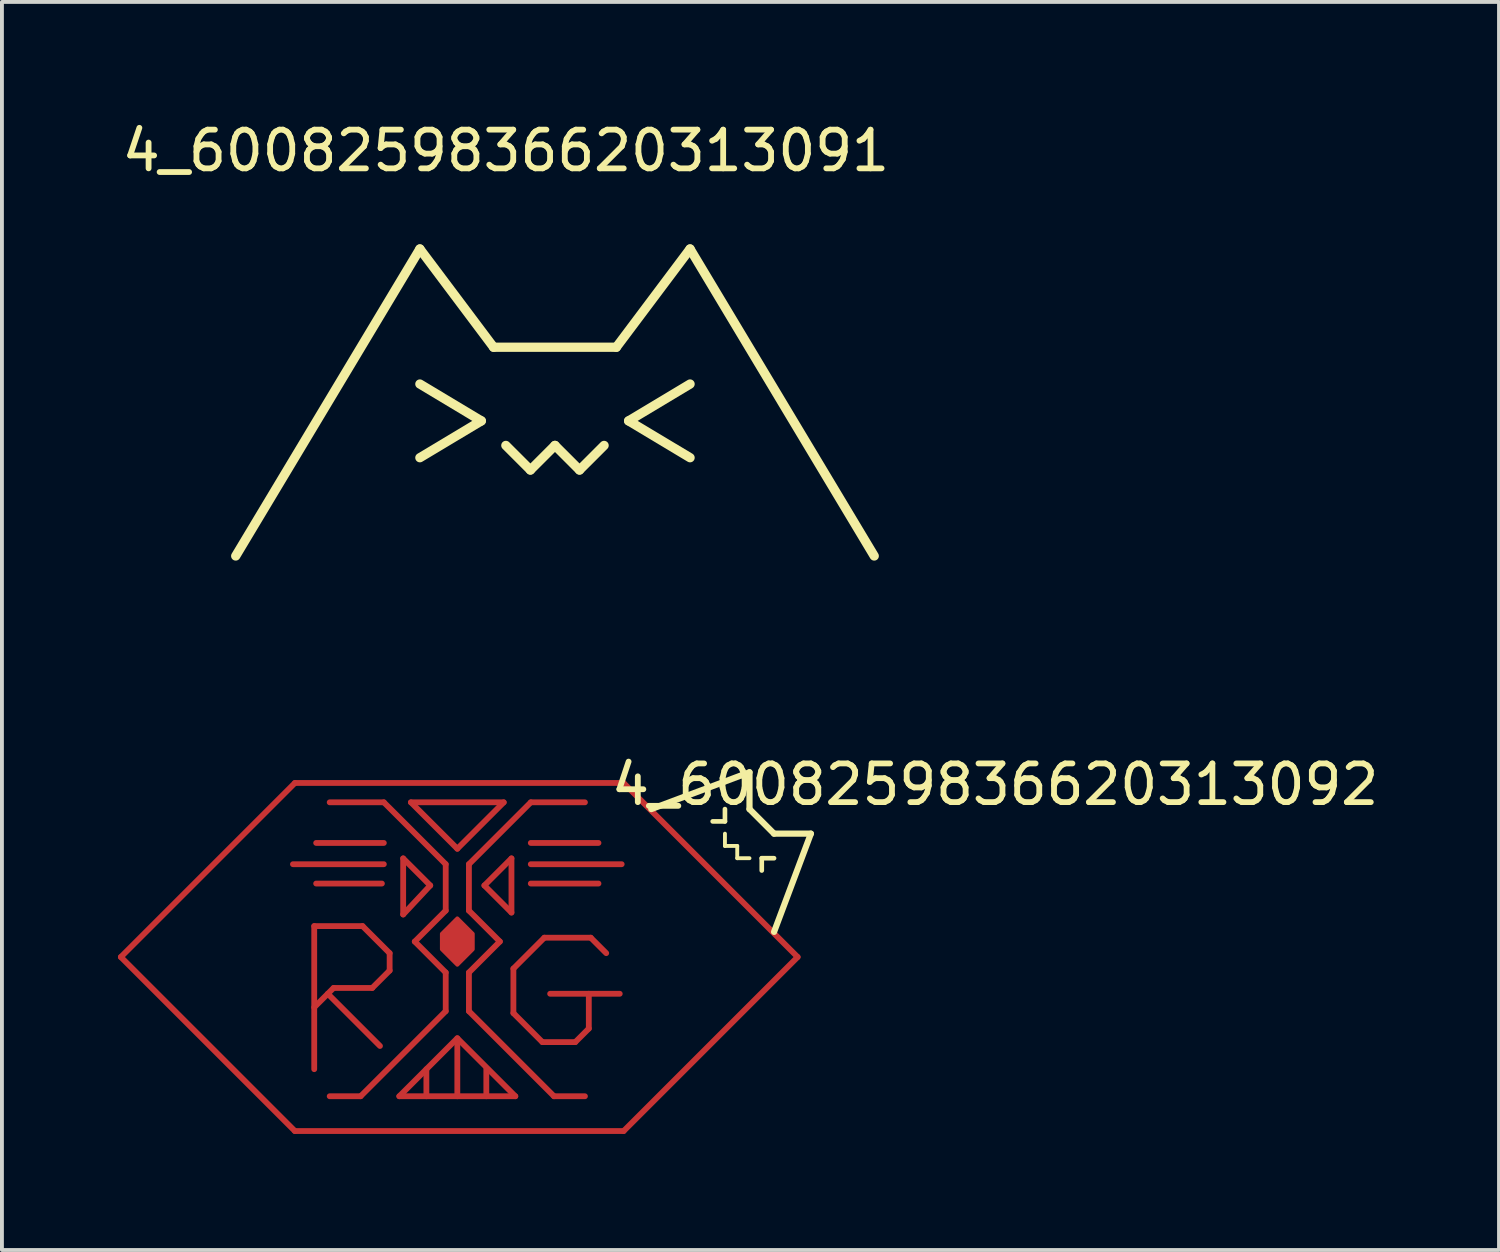
<source format=kicad_pcb>
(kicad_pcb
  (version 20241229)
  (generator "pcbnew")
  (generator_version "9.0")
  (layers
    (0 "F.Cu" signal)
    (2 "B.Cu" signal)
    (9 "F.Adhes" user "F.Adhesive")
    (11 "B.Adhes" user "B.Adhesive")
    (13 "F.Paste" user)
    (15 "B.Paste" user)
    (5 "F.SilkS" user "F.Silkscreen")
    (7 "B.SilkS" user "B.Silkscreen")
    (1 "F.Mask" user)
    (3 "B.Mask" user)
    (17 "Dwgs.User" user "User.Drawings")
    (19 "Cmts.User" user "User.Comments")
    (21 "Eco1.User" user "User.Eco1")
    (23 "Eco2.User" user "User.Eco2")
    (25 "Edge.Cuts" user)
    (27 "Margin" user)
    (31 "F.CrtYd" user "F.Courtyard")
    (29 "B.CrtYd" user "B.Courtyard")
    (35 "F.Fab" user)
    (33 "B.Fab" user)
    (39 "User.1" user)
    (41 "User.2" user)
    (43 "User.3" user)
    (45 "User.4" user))
  (footprint "4_6008259836620313091"
    (layer "F.Cu")
    (at 11.3 9.103)
    (property "Reference" "4_6008259836620313091" (at -1.27 -8.255 0) (unlocked yes) (layer "F.SilkS") (effects (font (size 1 1) (thickness 0.15))))
    (fp_line (start -8.255 2.223) (end -3.493 -5.715) (stroke (width 0.24) (type default)) (layer "F.SilkS"))
    (fp_line (start -3.493 -5.715) (end -1.587 -3.175) (stroke (width 0.24) (type default)) (layer "F.SilkS"))
    (fp_line (start -3.493 -2.223) (end -1.905 -1.27) (stroke (width 0.24) (type default)) (layer "F.SilkS"))
    (fp_line (start -1.905 -1.27) (end -3.493 -0.318) (stroke (width 0.24) (type default)) (layer "F.SilkS"))
    (fp_line (start -1.587 -3.175) (end 1.587 -3.175) (stroke (width 0.24) (type default)) (layer "F.SilkS"))
    (fp_line (start -1.27 -0.635) (end -0.635 0) (stroke (width 0.24) (type default)) (layer "F.SilkS"))
    (fp_line (start -0.635 0) (end 0 -0.635) (stroke (width 0.24) (type default)) (layer "F.SilkS"))
    (fp_line (start 0 -0.635) (end 0.635 0) (stroke (width 0.24) (type default)) (layer "F.SilkS"))
    (fp_line (start 0.635 0) (end 1.27 -0.635) (stroke (width 0.24) (type default)) (layer "F.SilkS"))
    (fp_line (start 1.587 -3.175) (end 3.493 -5.715) (stroke (width 0.24) (type default)) (layer "F.SilkS"))
    (fp_line (start 1.905 -1.27) (end 3.493 -0.318) (stroke (width 0.24) (type default)) (layer "F.SilkS"))
    (fp_line (start 3.493 -5.715) (end 8.255 2.223) (stroke (width 0.24) (type default)) (layer "F.SilkS"))
    (fp_line (start 3.493 -2.223) (end 1.905 -1.27) (stroke (width 0.24) (type default)) (layer "F.SilkS")))
  (footprint "4_6008259836620313092"
    (layer "F.Cu")
    (at 8.075 14.696)
    (property "Reference" "4_6008259836620313092" (at 14.605 2.54 0) (layer "F.SilkS") (effects (font (size 1 1) (thickness 0.15))))
    (attr smd board_only exclude_from_bom)
    (fp_line (start -8 7) (end -3.5 2.5) (stroke (width 0.15) (type solid)) (layer "F.Cu"))
    (fp_line (start -3.5 2.5) (end 5 2.5) (stroke (width 0.15) (type solid)) (layer "F.Cu"))
    (fp_line (start -3.5 11.5) (end -8 7) (stroke (width 0.15) (type solid)) (layer "F.Cu"))
    (fp_line (start -3 6.2) (end -3 9.9) (stroke (width 0.15) (type solid)) (layer "F.Cu"))
    (fp_line (start -3 6.2) (end -1.75 6.2) (stroke (width 0.15) (type solid)) (layer "F.Cu"))
    (fp_line (start -2.65 7.95) (end -1.3 9.3) (stroke (width 0.15) (type solid)) (layer "F.Cu"))
    (fp_line (start -2.5 7.8) (end -3 8.3) (stroke (width 0.15) (type solid)) (layer "F.Cu"))
    (fp_line (start -1.8 10.6) (end -2.6 10.6) (stroke (width 0.15) (type solid)) (layer "F.Cu"))
    (fp_line (start -1.75 6.2) (end -1.05 6.9) (stroke (width 0.15) (type solid)) (layer "F.Cu"))
    (fp_line (start -1.5 7.8) (end -2.5 7.8) (stroke (width 0.15) (type solid)) (layer "F.Cu"))
    (fp_line (start -1.25 5.1) (end -2.95 5.1) (stroke (width 0.15) (type solid)) (layer "F.Cu"))
    (fp_line (start -1.2 3) (end -2.6 3) (stroke (width 0.15) (type solid)) (layer "F.Cu"))
    (fp_line (start -1.2 4.05) (end -2.95 4.05) (stroke (width 0.15) (type solid)) (layer "F.Cu"))
    (fp_line (start -1.2 4.6) (end -3.55 4.6) (stroke (width 0.15) (type solid)) (layer "F.Cu"))
    (fp_line (start -1.05 6.9) (end -1.05 7.35) (stroke (width 0.15) (type solid)) (layer "F.Cu"))
    (fp_line (start -1.05 7.35) (end -1.5 7.8) (stroke (width 0.15) (type solid)) (layer "F.Cu"))
    (fp_line (start -0.7 4.45) (end -0.7 5.9) (stroke (width 0.15) (type solid)) (layer "F.Cu"))
    (fp_line (start -0.7 5.9) (end 0 5.15) (stroke (width 0.15) (type solid)) (layer "F.Cu"))
    (fp_line (start -0.5 3) (end 1.9 3) (stroke (width 0.15) (type solid)) (layer "F.Cu"))
    (fp_line (start -0.4 6.6) (end 0.4 5.8) (stroke (width 0.15) (type solid)) (layer "F.Cu"))
    (fp_line (start -0.1 9.9) (end -0.1 10.6) (stroke (width 0.15) (type solid)) (layer "F.Cu"))
    (fp_line (start 0 5.15) (end -0.7 4.45) (stroke (width 0.15) (type solid)) (layer "F.Cu"))
    (fp_line (start 0.4 4.6) (end -1.2 3) (stroke (width 0.15) (type solid)) (layer "F.Cu"))
    (fp_line (start 0.4 5.8) (end 0.4 4.6) (stroke (width 0.15) (type solid)) (layer "F.Cu"))
    (fp_line (start 0.4 7.4) (end -0.4 6.6) (stroke (width 0.15) (type solid)) (layer "F.Cu"))
    (fp_line (start 0.4 8.4) (end -1.8 10.6) (stroke (width 0.15) (type solid)) (layer "F.Cu"))
    (fp_line (start 0.4 8.4) (end 0.4 7.4) (stroke (width 0.15) (type solid)) (layer "F.Cu"))
    (fp_line (start 0.7 4.2) (end -0.5 3) (stroke (width 0.15) (type solid)) (layer "F.Cu"))
    (fp_line (start 0.7 9.1) (end -0.8 10.6) (stroke (width 0.15) (type solid)) (layer "F.Cu"))
    (fp_line (start 0.7 9.15) (end 0.7 10.6) (stroke (width 0.15) (type solid)) (layer "F.Cu"))
    (fp_line (start 1 4.6) (end 2.6 3) (stroke (width 0.15) (type solid)) (layer "F.Cu"))
    (fp_line (start 1 5.8) (end 1 4.6) (stroke (width 0.15) (type solid)) (layer "F.Cu"))
    (fp_line (start 1 7.4) (end 1.8 6.6) (stroke (width 0.15) (type solid)) (layer "F.Cu"))
    (fp_line (start 1 8.4) (end 1 7.4) (stroke (width 0.15) (type solid)) (layer "F.Cu"))
    (fp_line (start 1 8.4) (end 3.2 10.6) (stroke (width 0.15) (type solid)) (layer "F.Cu"))
    (fp_line (start 1.4 5.15) (end 2.1 4.45) (stroke (width 0.15) (type solid)) (layer "F.Cu"))
    (fp_line (start 1.4 5.15) (end 2.1 5.85) (stroke (width 0.15) (type solid)) (layer "F.Cu"))
    (fp_line (start 1.45 10.6) (end 1.45 9.9) (stroke (width 0.15) (type solid)) (layer "F.Cu"))
    (fp_line (start 1.8 6.6) (end 1 5.8) (stroke (width 0.15) (type solid)) (layer "F.Cu"))
    (fp_line (start 1.9 3) (end 0.7 4.2) (stroke (width 0.15) (type solid)) (layer "F.Cu"))
    (fp_line (start 2.1 4.45) (end 2.1 5.85) (stroke (width 0.15) (type solid)) (layer "F.Cu"))
    (fp_line (start 2.15 7.3) (end 2.95 6.5) (stroke (width 0.15) (type solid)) (layer "F.Cu"))
    (fp_line (start 2.15 8.45) (end 2.15 7.3) (stroke (width 0.15) (type solid)) (layer "F.Cu"))
    (fp_line (start 2.2 10.6) (end -0.8 10.6) (stroke (width 0.15) (type solid)) (layer "F.Cu"))
    (fp_line (start 2.2 10.6) (end 0.7 9.1) (stroke (width 0.15) (type solid)) (layer "F.Cu"))
    (fp_line (start 2.6 3) (end 4 3) (stroke (width 0.15) (type solid)) (layer "F.Cu"))
    (fp_line (start 2.6 4.05) (end 4.35 4.05) (stroke (width 0.15) (type solid)) (layer "F.Cu"))
    (fp_line (start 2.6 4.6) (end 4.95 4.6) (stroke (width 0.15) (type solid)) (layer "F.Cu"))
    (fp_line (start 2.6 5.1) (end 4.35 5.1) (stroke (width 0.15) (type solid)) (layer "F.Cu"))
    (fp_line (start 2.9 9.2) (end 2.15 8.45) (stroke (width 0.15) (type solid)) (layer "F.Cu"))
    (fp_line (start 2.95 6.5) (end 4.15 6.5) (stroke (width 0.15) (type solid)) (layer "F.Cu"))
    (fp_line (start 3.2 10.6) (end 4 10.6) (stroke (width 0.15) (type solid)) (layer "F.Cu"))
    (fp_line (start 3.75 9.2) (end 2.9 9.2) (stroke (width 0.15) (type solid)) (layer "F.Cu"))
    (fp_line (start 4.1 7.95) (end 4.1 8.85) (stroke (width 0.15) (type solid)) (layer "F.Cu"))
    (fp_line (start 4.1 8.85) (end 3.75 9.2) (stroke (width 0.15) (type solid)) (layer "F.Cu"))
    (fp_line (start 4.15 6.5) (end 4.55 6.9) (stroke (width 0.15) (type solid)) (layer "F.Cu"))
    (fp_line (start 4.9 7.95) (end 3.1 7.95) (stroke (width 0.15) (type solid)) (layer "F.Cu"))
    (fp_line (start 5 2.5) (end 9.5 7) (stroke (width 0.15) (type solid)) (layer "F.Cu"))
    (fp_line (start 5 11.5) (end -3.5 11.5) (stroke (width 0.15) (type solid)) (layer "F.Cu"))
    (fp_line (start 9.5 7) (end 5 11.5) (stroke (width 0.15) (type solid)) (layer "F.Cu"))
    (fp_poly (pts (xy 1.1 6.4) (xy 1.1 6.8) (xy 0.7 7.2) (xy 0.3 6.8) (xy 0.3 6.4) (xy 0.7 6)) (stroke (width 0.1) (type solid)) (fill yes) (layer "F.Cu"))
    (fp_poly (pts (xy 9.5 7) (xy 5 11.5) (xy -3.5 11.5) (xy -8 7) (xy -3.5 2.5) (xy 5 2.5)) (stroke (width 0.1) (type solid)) (fill yes) (layer "F.Mask"))
    (fp_line (start 5.715 3.175) (end 8.255 2.223) (stroke (width 0.16) (type default)) (layer "F.SilkS"))
    (fp_line (start 7.62 3.175) (end 7.62 3.493) (stroke (width 0.12) (type default)) (layer "F.SilkS"))
    (fp_line (start 7.62 3.493) (end 7.303 3.493) (stroke (width 0.12) (type default)) (layer "F.SilkS"))
    (fp_line (start 7.62 3.81) (end 7.62 4.128) (stroke (width 0.1) (type default)) (layer "F.SilkS"))
    (fp_line (start 7.62 4.128) (end 7.938 4.128) (stroke (width 0.1) (type default)) (layer "F.SilkS"))
    (fp_line (start 7.938 4.128) (end 7.938 4.445) (stroke (width 0.1) (type default)) (layer "F.SilkS"))
    (fp_line (start 7.938 4.445) (end 8.255 4.445) (stroke (width 0.1) (type default)) (layer "F.SilkS"))
    (fp_line (start 8.255 2.223) (end 8.255 3.175) (stroke (width 0.16) (type default)) (layer "F.SilkS"))
    (fp_line (start 8.255 3.175) (end 8.89 3.81) (stroke (width 0.16) (type default)) (layer "F.SilkS"))
    (fp_line (start 8.572 4.445) (end 8.572 4.763) (stroke (width 0.12) (type default)) (layer "F.SilkS"))
    (fp_line (start 8.89 3.81) (end 9.842 3.81) (stroke (width 0.16) (type default)) (layer "F.SilkS"))
    (fp_line (start 8.89 4.445) (end 8.572 4.445) (stroke (width 0.12) (type default)) (layer "F.SilkS"))
    (fp_line (start 9.842 3.81) (end 8.89 6.35) (stroke (width 0.16) (type default)) (layer "F.SilkS"))
    (fp_line (start -2.96 6.2) (end -2.96 6.2) (stroke (width 0.00002) (type solid)) (layer "Dwgs.User"))
    (fp_line (start -2.96 6.2) (end -1.76 6.2) (stroke (width 0.00002) (type solid)) (layer "Dwgs.User"))
    (fp_line (start -2.96 8.28) (end -2.96 6.2) (stroke (width 0.00002) (type solid)) (layer "Dwgs.User"))
    (fp_line (start -2.96 8.28) (end -2.96 9.96) (stroke (width 0.00002) (type solid)) (layer "Dwgs.User"))
    (fp_line (start -2.64 7.96) (end -1.28 9.32) (stroke (width 0.00002) (type solid)) (layer "Dwgs.User"))
    (fp_line (start -2.6 3) (end -1.12 3) (stroke (width 0.00002) (type solid)) (layer "Dwgs.User"))
    (fp_line (start -2.48 7.8) (end -2.96 8.28) (stroke (width 0.00002) (type solid)) (layer "Dwgs.User"))
    (fp_line (start -1.76 6.2) (end -1.04 6.92) (stroke (width 0.00002) (type solid)) (layer "Dwgs.User"))
    (fp_line (start -1.76 10.6) (end -2.6 10.6) (stroke (width 0.00002) (type solid)) (layer "Dwgs.User"))
    (fp_line (start -1.52 7.8) (end -2.48 7.8) (stroke (width 0.00002) (type solid)) (layer "Dwgs.User"))
    (fp_line (start -1.2 4.08) (end -2.96 4.08) (stroke (width 0.00002) (type solid)) (layer "Dwgs.User"))
    (fp_line (start -1.2 4.6) (end -3.56 4.6) (stroke (width 0.00002) (type solid)) (layer "Dwgs.User"))
    (fp_line (start -1.2 5.12) (end -2.96 5.12) (stroke (width 0.00002) (type solid)) (layer "Dwgs.User"))
    (fp_line (start -1.12 3) (end 0.44 4.6) (stroke (width 0.00002) (type solid)) (layer "Dwgs.User"))
    (fp_line (start -1.04 6.92) (end -1.04 7.32) (stroke (width 0.00002) (type solid)) (layer "Dwgs.User"))
    (fp_line (start -1.04 7.32) (end -1.52 7.8) (stroke (width 0.00002) (type solid)) (layer "Dwgs.User"))
    (fp_line (start -0.76 10.6) (end -0.078 10.6) (stroke (width 0.00002) (type solid)) (layer "Dwgs.User"))
    (fp_line (start -0.68 4.56) (end -0.68 4.56) (stroke (width 0.00002) (type solid)) (layer "Dwgs.User"))
    (fp_line (start -0.68 4.56) (end -0.68 5.76) (stroke (width 0.00002) (type solid)) (layer "Dwgs.User"))
    (fp_line (start -0.68 5.76) (end 0 5.16) (stroke (width 0.00002) (type solid)) (layer "Dwgs.User"))
    (fp_line (start -0.32 6.52) (end 0.44 7.32) (stroke (width 0.00002) (type solid)) (layer "Dwgs.User"))
    (fp_line (start -0.22 3) (end 1.86 3) (stroke (width 0.00002) (type solid)) (layer "Dwgs.User"))
    (fp_line (start -0.078 10.6) (end -0.08 9.88) (stroke (width 0.00002) (type solid)) (layer "Dwgs.User"))
    (fp_line (start -0.061 9.862) (end -0.76 10.6) (stroke (width 0.00002) (type solid)) (layer "Dwgs.User"))
    (fp_line (start 0 5.16) (end -0.68 4.56) (stroke (width 0.00002) (type solid)) (layer "Dwgs.User"))
    (fp_line (start 0.4 6.44) (end 0.4 6.68) (stroke (width 0.00002) (type solid)) (layer "Dwgs.User"))
    (fp_line (start 0.4 6.68) (end 0.68 6.96) (stroke (width 0.00002) (type solid)) (layer "Dwgs.User"))
    (fp_line (start 0.44 4.6) (end 0.44 5.76) (stroke (width 0.00002) (type solid)) (layer "Dwgs.User"))
    (fp_line (start 0.44 5.76) (end -0.32 6.52) (stroke (width 0.00002) (type solid)) (layer "Dwgs.User"))
    (fp_line (start 0.44 7.32) (end 0.44 8.4) (stroke (width 0.00002) (type solid)) (layer "Dwgs.User"))
    (fp_line (start 0.44 8.4) (end -1.76 10.6) (stroke (width 0.00002) (type solid)) (layer "Dwgs.User"))
    (fp_line (start 0.68 6.16) (end 0.4 6.44) (stroke (width 0.00002) (type solid)) (layer "Dwgs.User"))
    (fp_line (start 0.68 6.16) (end 0.68 6.16) (stroke (width 0.00002) (type solid)) (layer "Dwgs.User"))
    (fp_line (start 0.68 6.96) (end 0.96 6.68) (stroke (width 0.00002) (type solid)) (layer "Dwgs.User"))
    (fp_line (start 0.68 9.08) (end 0.68 10.6) (stroke (width 0.00002) (type solid)) (layer "Dwgs.User"))
    (fp_line (start 0.68 10.6) (end -0.08 10.6) (stroke (width 0.00002) (type solid)) (layer "Dwgs.User"))
    (fp_line (start 0.68 9.08) (end -0.061 9.862) (stroke (width 0.00002) (type solid)) (layer "Dwgs.User"))
    (fp_line (start 0.78 4.08) (end -0.22 3) (stroke (width 0.00002) (type solid)) (layer "Dwgs.User"))
    (fp_line (start 0.956 4.6) (end 0.956 5.76) (stroke (width 0.00002) (type solid)) (layer "Dwgs.User"))
    (fp_line (start 0.956 5.76) (end 1.716 6.52) (stroke (width 0.00002) (type solid)) (layer "Dwgs.User"))
    (fp_line (start 0.956 7.32) (end 0.956 8.4) (stroke (width 0.00002) (type solid)) (layer "Dwgs.User"))
    (fp_line (start 0.956 8.4) (end 3.156 10.6) (stroke (width 0.00002) (type solid)) (layer "Dwgs.User"))
    (fp_line (start 0.96 6.44) (end 0.68 6.16) (stroke (width 0.00002) (type solid)) (layer "Dwgs.User"))
    (fp_line (start 0.96 6.68) (end 0.96 6.44) (stroke (width 0.00002) (type solid)) (layer "Dwgs.User"))
    (fp_line (start 1.396 5.16) (end 2.076 4.56) (stroke (width 0.00002) (type solid)) (layer "Dwgs.User"))
    (fp_line (start 1.415 9.862) (end 0.68 9.08) (stroke (width 0.00002) (type solid)) (layer "Dwgs.User"))
    (fp_line (start 1.432 10.6) (end 2.114 10.6) (stroke (width 0.00002) (type solid)) (layer "Dwgs.User"))
    (fp_line (start 1.434 9.88) (end 1.432 10.6) (stroke (width 0.00002) (type solid)) (layer "Dwgs.User"))
    (fp_line (start 1.44 10.6) (end 0.68 10.6) (stroke (width 0.00002) (type solid)) (layer "Dwgs.User"))
    (fp_line (start 1.716 6.52) (end 0.956 7.32) (stroke (width 0.00002) (type solid)) (layer "Dwgs.User"))
    (fp_line (start 1.86 3) (end 0.78 4.08) (stroke (width 0.00002) (type solid)) (layer "Dwgs.User"))
    (fp_line (start 1.86 3) (end 1.86 3) (stroke (width 0.00002) (type solid)) (layer "Dwgs.User"))
    (fp_line (start 2.076 4.56) (end 2.076 4.56) (stroke (width 0.00002) (type solid)) (layer "Dwgs.User"))
    (fp_line (start 2.076 4.56) (end 2.076 5.76) (stroke (width 0.00002) (type solid)) (layer "Dwgs.User"))
    (fp_line (start 2.076 5.76) (end 1.396 5.16) (stroke (width 0.00002) (type solid)) (layer "Dwgs.User"))
    (fp_line (start 2.114 10.6) (end 1.415 9.862) (stroke (width 0.00002) (type solid)) (layer "Dwgs.User"))
    (fp_line (start 2.16 7.32) (end 2.16 8.44) (stroke (width 0.00002) (type solid)) (layer "Dwgs.User"))
    (fp_line (start 2.16 8.44) (end 2.88 9.16) (stroke (width 0.00002) (type solid)) (layer "Dwgs.User"))
    (fp_line (start 2.516 3) (end 0.956 4.6) (stroke (width 0.00002) (type solid)) (layer "Dwgs.User"))
    (fp_line (start 2.596 4.08) (end 4.356 4.08) (stroke (width 0.00002) (type solid)) (layer "Dwgs.User"))
    (fp_line (start 2.596 4.6) (end 4.956 4.6) (stroke (width 0.00002) (type solid)) (layer "Dwgs.User"))
    (fp_line (start 2.596 5.12) (end 4.356 5.12) (stroke (width 0.00002) (type solid)) (layer "Dwgs.User"))
    (fp_line (start 2.88 9.16) (end 3.76 9.16) (stroke (width 0.00002) (type solid)) (layer "Dwgs.User"))
    (fp_line (start 2.96 6.52) (end 2.16 7.32) (stroke (width 0.00002) (type solid)) (layer "Dwgs.User"))
    (fp_line (start 3.12 7.96) (end 4.88 7.96) (stroke (width 0.00002) (type solid)) (layer "Dwgs.User"))
    (fp_line (start 3.156 10.6) (end 3.996 10.6) (stroke (width 0.00002) (type solid)) (layer "Dwgs.User"))
    (fp_line (start 3.76 9.16) (end 4.08 8.84) (stroke (width 0.00002) (type solid)) (layer "Dwgs.User"))
    (fp_line (start 3.996 3) (end 2.516 3) (stroke (width 0.00002) (type solid)) (layer "Dwgs.User"))
    (fp_line (start 4.08 7.96) (end 3.12 7.96) (stroke (width 0.00002) (type solid)) (layer "Dwgs.User"))
    (fp_line (start 4.08 8.84) (end 4.08 7.96) (stroke (width 0.00002) (type solid)) (layer "Dwgs.User"))
    (fp_line (start 4.16 6.52) (end 2.96 6.52) (stroke (width 0.00002) (type solid)) (layer "Dwgs.User"))
    (fp_line (start 4.56 6.92) (end 4.16 6.52) (stroke (width 0.00002) (type solid)) (layer "Dwgs.User")))
  (gr_rect
    (start -3 -3)
    (end 35.71 29.271)
    (stroke (width 0.1) (type default))
    (fill no)
    (layer "Edge.Cuts")))
</source>
